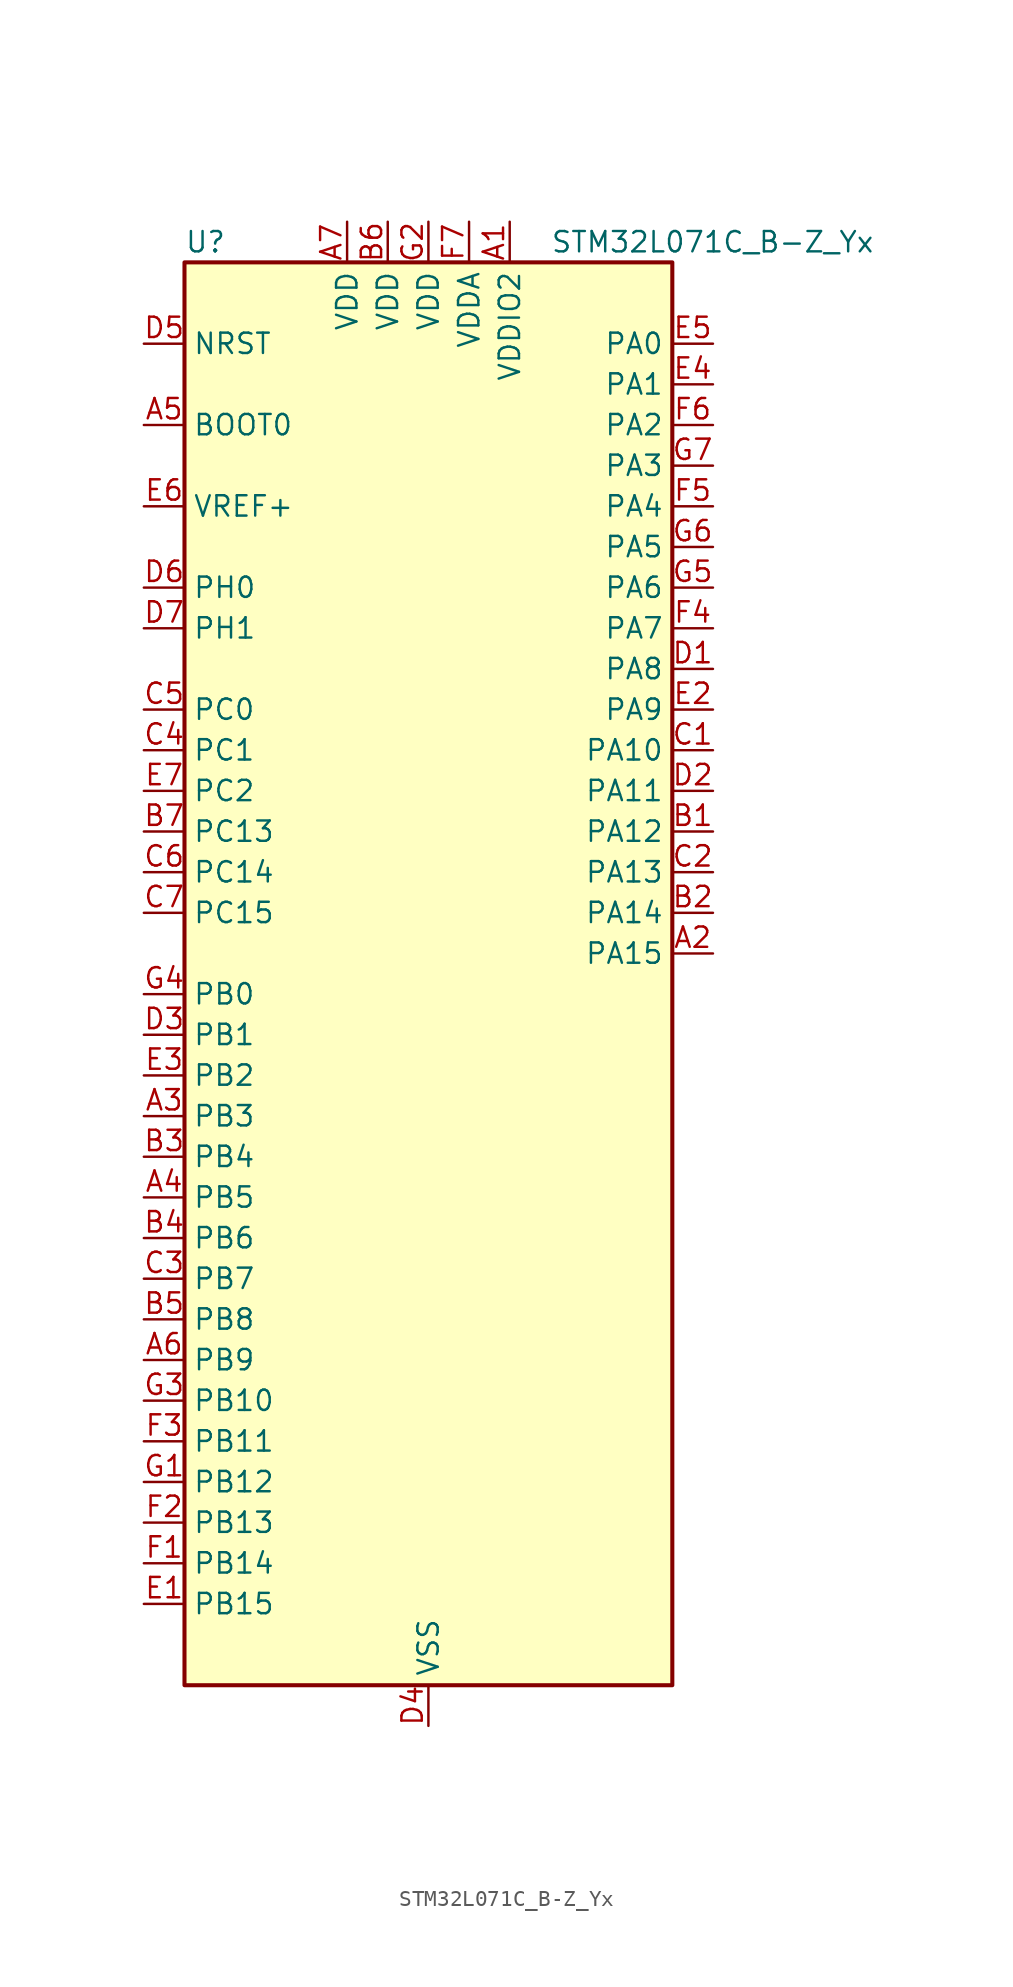
<source format=kicad_sym>
(kicad_symbol_lib
  (version 20241209)
  (generator "kicad_symbol_editor")
  (generator_version "9.0")
  (symbol "STM32L071C_B-Z_Yx"
    (property "Reference" "U"
      (at -15.24 46.99 0)
      (effects (font (size 1.27 1.27)) (justify left)))
    (property "Value" "STM32L071C_B-Z_Yx"
      (at 7.62 46.99 0)
      (effects (font (size 1.27 1.27)) (justify left)))
    (symbol "STM32L071C_B-Z_Yx_0_1"
      (rectangle (start -15.24 -43.18) (end 15.24 45.72) (stroke (width 0.254) (type default)) (fill (type background))))
    (symbol "STM32L071C_B-Z_Yx_1_1"
      (pin input line (at -17.78 40.64 0) (length 2.54) (name "NRST" (effects (font (size 1.27 1.27)))) (number "D5" (effects (font (size 1.27 1.27)))))
      (pin input line (at -17.78 35.56 0) (length 2.54) (name "BOOT0" (effects (font (size 1.27 1.27)))) (number "A5" (effects (font (size 1.27 1.27)))))
      (pin input line (at -17.78 30.48 0) (length 2.54) (name "VREF+" (effects (font (size 1.27 1.27)))) (number "E6" (effects (font (size 1.27 1.27)))))
      (pin bidirectional line (at -17.78 25.4 0) (length 2.54) (name "PH0" (effects (font (size 1.27 1.27)))) (number "D6" (effects (font (size 1.27 1.27)))) (alternate "RCC_OSC_IN" bidirectional line))
      (pin bidirectional line (at -17.78 22.86 0) (length 2.54) (name "PH1" (effects (font (size 1.27 1.27)))) (number "D7" (effects (font (size 1.27 1.27)))) (alternate "RCC_OSC_OUT" bidirectional line))
      (pin bidirectional line (at -17.78 17.78 0) (length 2.54) (name "PC0" (effects (font (size 1.27 1.27)))) (number "C5" (effects (font (size 1.27 1.27)))) (alternate "ADC_IN10" bidirectional line) (alternate "I2C3_SCL" bidirectional line) (alternate "LPTIM1_IN1" bidirectional line) (alternate "LPUART1_RX" bidirectional line))
      (pin bidirectional line (at -17.78 15.24 0) (length 2.54) (name "PC1" (effects (font (size 1.27 1.27)))) (number "C4" (effects (font (size 1.27 1.27)))) (alternate "ADC_IN11" bidirectional line) (alternate "I2C3_SDA" bidirectional line) (alternate "LPTIM1_OUT" bidirectional line) (alternate "LPUART1_TX" bidirectional line))
      (pin bidirectional line (at -17.78 12.7 0) (length 2.54) (name "PC2" (effects (font (size 1.27 1.27)))) (number "E7" (effects (font (size 1.27 1.27)))) (alternate "ADC_IN12" bidirectional line) (alternate "I2S2_MCK" bidirectional line) (alternate "LPTIM1_IN2" bidirectional line) (alternate "SPI2_MISO" bidirectional line))
      (pin bidirectional line (at -17.78 10.16 0) (length 2.54) (name "PC13" (effects (font (size 1.27 1.27)))) (number "B7" (effects (font (size 1.27 1.27)))) (alternate "RTC_OUT_ALARM" bidirectional line) (alternate "RTC_OUT_CALIB" bidirectional line) (alternate "RTC_TAMP1" bidirectional line) (alternate "RTC_TS" bidirectional line) (alternate "SYS_WKUP2" bidirectional line))
      (pin bidirectional line (at -17.78 7.62 0) (length 2.54) (name "PC14" (effects (font (size 1.27 1.27)))) (number "C6" (effects (font (size 1.27 1.27)))) (alternate "RCC_OSC32_IN" bidirectional line))
      (pin bidirectional line (at -17.78 5.08 0) (length 2.54) (name "PC15" (effects (font (size 1.27 1.27)))) (number "C7" (effects (font (size 1.27 1.27)))) (alternate "RCC_OSC32_OUT" bidirectional line))
      (pin bidirectional line (at -17.78 0 0) (length 2.54) (name "PB0" (effects (font (size 1.27 1.27)))) (number "G4" (effects (font (size 1.27 1.27)))) (alternate "ADC_IN8" bidirectional line) (alternate "SYS_VREF_OUT_PB0" bidirectional line) (alternate "TIM3_CH3" bidirectional line))
      (pin bidirectional line (at -17.78 -2.54 0) (length 2.54) (name "PB1" (effects (font (size 1.27 1.27)))) (number "D3" (effects (font (size 1.27 1.27)))) (alternate "ADC_IN9" bidirectional line) (alternate "LPUART1_DE" bidirectional line) (alternate "LPUART1_RTS" bidirectional line) (alternate "SYS_VREF_OUT_PB1" bidirectional line) (alternate "TIM3_CH4" bidirectional line))
      (pin bidirectional line (at -17.78 -5.08 0) (length 2.54) (name "PB2" (effects (font (size 1.27 1.27)))) (number "E3" (effects (font (size 1.27 1.27)))) (alternate "I2C3_SMBA" bidirectional line) (alternate "LPTIM1_OUT" bidirectional line))
      (pin bidirectional line (at -17.78 -7.62 0) (length 2.54) (name "PB3" (effects (font (size 1.27 1.27)))) (number "A3" (effects (font (size 1.27 1.27)))) (alternate "COMP2_INM" bidirectional line) (alternate "SPI1_SCK" bidirectional line) (alternate "TIM2_CH2" bidirectional line) (alternate "USART1_DE" bidirectional line) (alternate "USART1_RTS" bidirectional line) (alternate "USART5_TX" bidirectional line))
      (pin bidirectional line (at -17.78 -10.16 0) (length 2.54) (name "PB4" (effects (font (size 1.27 1.27)))) (number "B3" (effects (font (size 1.27 1.27)))) (alternate "COMP2_INP" bidirectional line) (alternate "I2C3_SDA" bidirectional line) (alternate "SPI1_MISO" bidirectional line) (alternate "TIM22_CH1" bidirectional line) (alternate "TIM3_CH1" bidirectional line) (alternate "USART1_CTS" bidirectional line) (alternate "USART5_RX" bidirectional line))
      (pin bidirectional line (at -17.78 -12.7 0) (length 2.54) (name "PB5" (effects (font (size 1.27 1.27)))) (number "A4" (effects (font (size 1.27 1.27)))) (alternate "COMP2_INP" bidirectional line) (alternate "I2C1_SMBA" bidirectional line) (alternate "LPTIM1_IN1" bidirectional line) (alternate "SPI1_MOSI" bidirectional line) (alternate "TIM22_CH2" bidirectional line) (alternate "TIM3_CH2" bidirectional line) (alternate "USART1_CK" bidirectional line) (alternate "USART5_CK" bidirectional line) (alternate "USART5_DE" bidirectional line) (alternate "USART5_RTS" bidirectional line))
      (pin bidirectional line (at -17.78 -15.24 0) (length 2.54) (name "PB6" (effects (font (size 1.27 1.27)))) (number "B4" (effects (font (size 1.27 1.27)))) (alternate "COMP2_INP" bidirectional line) (alternate "I2C1_SCL" bidirectional line) (alternate "LPTIM1_ETR" bidirectional line) (alternate "USART1_TX" bidirectional line))
      (pin bidirectional line (at -17.78 -17.78 0) (length 2.54) (name "PB7" (effects (font (size 1.27 1.27)))) (number "C3" (effects (font (size 1.27 1.27)))) (alternate "COMP2_INP" bidirectional line) (alternate "I2C1_SDA" bidirectional line) (alternate "LPTIM1_IN2" bidirectional line) (alternate "SYS_PVD_IN" bidirectional line) (alternate "USART1_RX" bidirectional line) (alternate "USART4_CTS" bidirectional line))
      (pin bidirectional line (at -17.78 -20.32 0) (length 2.54) (name "PB8" (effects (font (size 1.27 1.27)))) (number "B5" (effects (font (size 1.27 1.27)))) (alternate "I2C1_SCL" bidirectional line))
      (pin bidirectional line (at -17.78 -22.86 0) (length 2.54) (name "PB9" (effects (font (size 1.27 1.27)))) (number "A6" (effects (font (size 1.27 1.27)))) (alternate "I2C1_SDA" bidirectional line) (alternate "I2S2_WS" bidirectional line) (alternate "SPI2_NSS" bidirectional line))
      (pin bidirectional line (at -17.78 -25.4 0) (length 2.54) (name "PB10" (effects (font (size 1.27 1.27)))) (number "G3" (effects (font (size 1.27 1.27)))) (alternate "I2C2_SCL" bidirectional line) (alternate "LPUART1_RX" bidirectional line) (alternate "LPUART1_TX" bidirectional line) (alternate "SPI2_SCK" bidirectional line) (alternate "TIM2_CH3" bidirectional line))
      (pin bidirectional line (at -17.78 -27.94 0) (length 2.54) (name "PB11" (effects (font (size 1.27 1.27)))) (number "F3" (effects (font (size 1.27 1.27)))) (alternate "ADC_EXTI11" bidirectional line) (alternate "I2C2_SDA" bidirectional line) (alternate "LPUART1_RX" bidirectional line) (alternate "LPUART1_TX" bidirectional line) (alternate "TIM2_CH4" bidirectional line))
      (pin bidirectional line (at -17.78 -30.48 0) (length 2.54) (name "PB12" (effects (font (size 1.27 1.27)))) (number "G1" (effects (font (size 1.27 1.27)))) (alternate "I2S2_WS" bidirectional line) (alternate "LPUART1_DE" bidirectional line) (alternate "LPUART1_RTS" bidirectional line) (alternate "SPI2_NSS" bidirectional line))
      (pin bidirectional line (at -17.78 -33.02 0) (length 2.54) (name "PB13" (effects (font (size 1.27 1.27)))) (number "F2" (effects (font (size 1.27 1.27)))) (alternate "I2C2_SCL" bidirectional line) (alternate "I2S2_CK" bidirectional line) (alternate "LPUART1_CTS" bidirectional line) (alternate "RCC_MCO" bidirectional line) (alternate "SPI2_SCK" bidirectional line) (alternate "TIM21_CH1" bidirectional line))
      (pin bidirectional line (at -17.78 -35.56 0) (length 2.54) (name "PB14" (effects (font (size 1.27 1.27)))) (number "F1" (effects (font (size 1.27 1.27)))) (alternate "I2C2_SDA" bidirectional line) (alternate "I2S2_MCK" bidirectional line) (alternate "LPUART1_DE" bidirectional line) (alternate "LPUART1_RTS" bidirectional line) (alternate "RTC_OUT_ALARM" bidirectional line) (alternate "RTC_OUT_CALIB" bidirectional line) (alternate "SPI2_MISO" bidirectional line) (alternate "TIM21_CH2" bidirectional line))
      (pin bidirectional line (at -17.78 -38.1 0) (length 2.54) (name "PB15" (effects (font (size 1.27 1.27)))) (number "E1" (effects (font (size 1.27 1.27)))) (alternate "I2S2_SD" bidirectional line) (alternate "RTC_REFIN" bidirectional line) (alternate "SPI2_MOSI" bidirectional line))
      (pin power_in line (at -5.08 48.26 270) (length 2.54) (name "VDD" (effects (font (size 1.27 1.27)))) (number "A7" (effects (font (size 1.27 1.27)))))
      (pin power_in line (at -2.54 48.26 270) (length 2.54) (name "VDD" (effects (font (size 1.27 1.27)))) (number "B6" (effects (font (size 1.27 1.27)))))
      (pin power_in line (at 0 48.26 270) (length 2.54) (name "VDD" (effects (font (size 1.27 1.27)))) (number "G2" (effects (font (size 1.27 1.27)))))
      (pin power_in line (at 0 -45.72 90) (length 2.54) (name "VSS" (effects (font (size 1.27 1.27)))) (number "D4" (effects (font (size 1.27 1.27)))))
      (pin power_in line (at 2.54 48.26 270) (length 2.54) (name "VDDA" (effects (font (size 1.27 1.27)))) (number "F7" (effects (font (size 1.27 1.27)))))
      (pin power_in line (at 5.08 48.26 270) (length 2.54) (name "VDDIO2" (effects (font (size 1.27 1.27)))) (number "A1" (effects (font (size 1.27 1.27)))))
      (pin bidirectional line (at 17.78 40.64 180) (length 2.54) (name "PA0" (effects (font (size 1.27 1.27)))) (number "E5" (effects (font (size 1.27 1.27)))) (alternate "ADC_IN0" bidirectional line) (alternate "COMP1_INM" bidirectional line) (alternate "COMP1_OUT" bidirectional line) (alternate "RTC_TAMP2" bidirectional line) (alternate "SYS_WKUP1" bidirectional line) (alternate "TIM2_CH1" bidirectional line) (alternate "TIM2_ETR" bidirectional line) (alternate "USART2_CTS" bidirectional line) (alternate "USART4_TX" bidirectional line))
      (pin bidirectional line (at 17.78 38.1 180) (length 2.54) (name "PA1" (effects (font (size 1.27 1.27)))) (number "E4" (effects (font (size 1.27 1.27)))) (alternate "ADC_IN1" bidirectional line) (alternate "COMP1_INP" bidirectional line) (alternate "TIM21_ETR" bidirectional line) (alternate "TIM2_CH2" bidirectional line) (alternate "USART2_DE" bidirectional line) (alternate "USART2_RTS" bidirectional line) (alternate "USART4_RX" bidirectional line))
      (pin bidirectional line (at 17.78 35.56 180) (length 2.54) (name "PA2" (effects (font (size 1.27 1.27)))) (number "F6" (effects (font (size 1.27 1.27)))) (alternate "ADC_IN2" bidirectional line) (alternate "COMP2_INM" bidirectional line) (alternate "COMP2_OUT" bidirectional line) (alternate "LPUART1_TX" bidirectional line) (alternate "TIM21_CH1" bidirectional line) (alternate "TIM2_CH3" bidirectional line) (alternate "USART2_TX" bidirectional line))
      (pin bidirectional line (at 17.78 33.02 180) (length 2.54) (name "PA3" (effects (font (size 1.27 1.27)))) (number "G7" (effects (font (size 1.27 1.27)))) (alternate "ADC_IN3" bidirectional line) (alternate "COMP2_INP" bidirectional line) (alternate "LPUART1_RX" bidirectional line) (alternate "TIM21_CH2" bidirectional line) (alternate "TIM2_CH4" bidirectional line) (alternate "USART2_RX" bidirectional line))
      (pin bidirectional line (at 17.78 30.48 180) (length 2.54) (name "PA4" (effects (font (size 1.27 1.27)))) (number "F5" (effects (font (size 1.27 1.27)))) (alternate "ADC_IN4" bidirectional line) (alternate "COMP1_INM" bidirectional line) (alternate "COMP2_INM" bidirectional line) (alternate "SPI1_NSS" bidirectional line) (alternate "TIM22_ETR" bidirectional line) (alternate "USART2_CK" bidirectional line))
      (pin bidirectional line (at 17.78 27.94 180) (length 2.54) (name "PA5" (effects (font (size 1.27 1.27)))) (number "G6" (effects (font (size 1.27 1.27)))) (alternate "ADC_IN5" bidirectional line) (alternate "COMP1_INM" bidirectional line) (alternate "COMP2_INM" bidirectional line) (alternate "SPI1_SCK" bidirectional line) (alternate "TIM2_CH1" bidirectional line) (alternate "TIM2_ETR" bidirectional line))
      (pin bidirectional line (at 17.78 25.4 180) (length 2.54) (name "PA6" (effects (font (size 1.27 1.27)))) (number "G5" (effects (font (size 1.27 1.27)))) (alternate "ADC_IN6" bidirectional line) (alternate "COMP1_OUT" bidirectional line) (alternate "LPUART1_CTS" bidirectional line) (alternate "SPI1_MISO" bidirectional line) (alternate "TIM22_CH1" bidirectional line) (alternate "TIM3_CH1" bidirectional line))
      (pin bidirectional line (at 17.78 22.86 180) (length 2.54) (name "PA7" (effects (font (size 1.27 1.27)))) (number "F4" (effects (font (size 1.27 1.27)))) (alternate "ADC_IN7" bidirectional line) (alternate "COMP2_OUT" bidirectional line) (alternate "SPI1_MOSI" bidirectional line) (alternate "TIM22_CH2" bidirectional line) (alternate "TIM3_CH2" bidirectional line))
      (pin bidirectional line (at 17.78 20.32 180) (length 2.54) (name "PA8" (effects (font (size 1.27 1.27)))) (number "D1" (effects (font (size 1.27 1.27)))) (alternate "I2C3_SCL" bidirectional line) (alternate "RCC_MCO" bidirectional line) (alternate "USART1_CK" bidirectional line))
      (pin bidirectional line (at 17.78 17.78 180) (length 2.54) (name "PA9" (effects (font (size 1.27 1.27)))) (number "E2" (effects (font (size 1.27 1.27)))) (alternate "I2C1_SCL" bidirectional line) (alternate "I2C3_SMBA" bidirectional line) (alternate "RCC_MCO" bidirectional line) (alternate "USART1_TX" bidirectional line))
      (pin bidirectional line (at 17.78 15.24 180) (length 2.54) (name "PA10" (effects (font (size 1.27 1.27)))) (number "C1" (effects (font (size 1.27 1.27)))) (alternate "I2C1_SDA" bidirectional line) (alternate "USART1_RX" bidirectional line))
      (pin bidirectional line (at 17.78 12.7 180) (length 2.54) (name "PA11" (effects (font (size 1.27 1.27)))) (number "D2" (effects (font (size 1.27 1.27)))) (alternate "ADC_EXTI11" bidirectional line) (alternate "COMP1_OUT" bidirectional line) (alternate "SPI1_MISO" bidirectional line) (alternate "USART1_CTS" bidirectional line))
      (pin bidirectional line (at 17.78 10.16 180) (length 2.54) (name "PA12" (effects (font (size 1.27 1.27)))) (number "B1" (effects (font (size 1.27 1.27)))) (alternate "COMP2_OUT" bidirectional line) (alternate "SPI1_MOSI" bidirectional line) (alternate "USART1_DE" bidirectional line) (alternate "USART1_RTS" bidirectional line))
      (pin bidirectional line (at 17.78 7.62 180) (length 2.54) (name "PA13" (effects (font (size 1.27 1.27)))) (number "C2" (effects (font (size 1.27 1.27)))) (alternate "LPUART1_RX" bidirectional line) (alternate "SYS_SWDIO" bidirectional line))
      (pin bidirectional line (at 17.78 5.08 180) (length 2.54) (name "PA14" (effects (font (size 1.27 1.27)))) (number "B2" (effects (font (size 1.27 1.27)))) (alternate "LPUART1_TX" bidirectional line) (alternate "SYS_SWCLK" bidirectional line) (alternate "USART2_TX" bidirectional line))
      (pin bidirectional line (at 17.78 2.54 180) (length 2.54) (name "PA15" (effects (font (size 1.27 1.27)))) (number "A2" (effects (font (size 1.27 1.27)))) (alternate "SPI1_NSS" bidirectional line) (alternate "TIM2_CH1" bidirectional line) (alternate "TIM2_ETR" bidirectional line) (alternate "USART2_RX" bidirectional line) (alternate "USART4_DE" bidirectional line) (alternate "USART4_RTS" bidirectional line)))))
</source>
